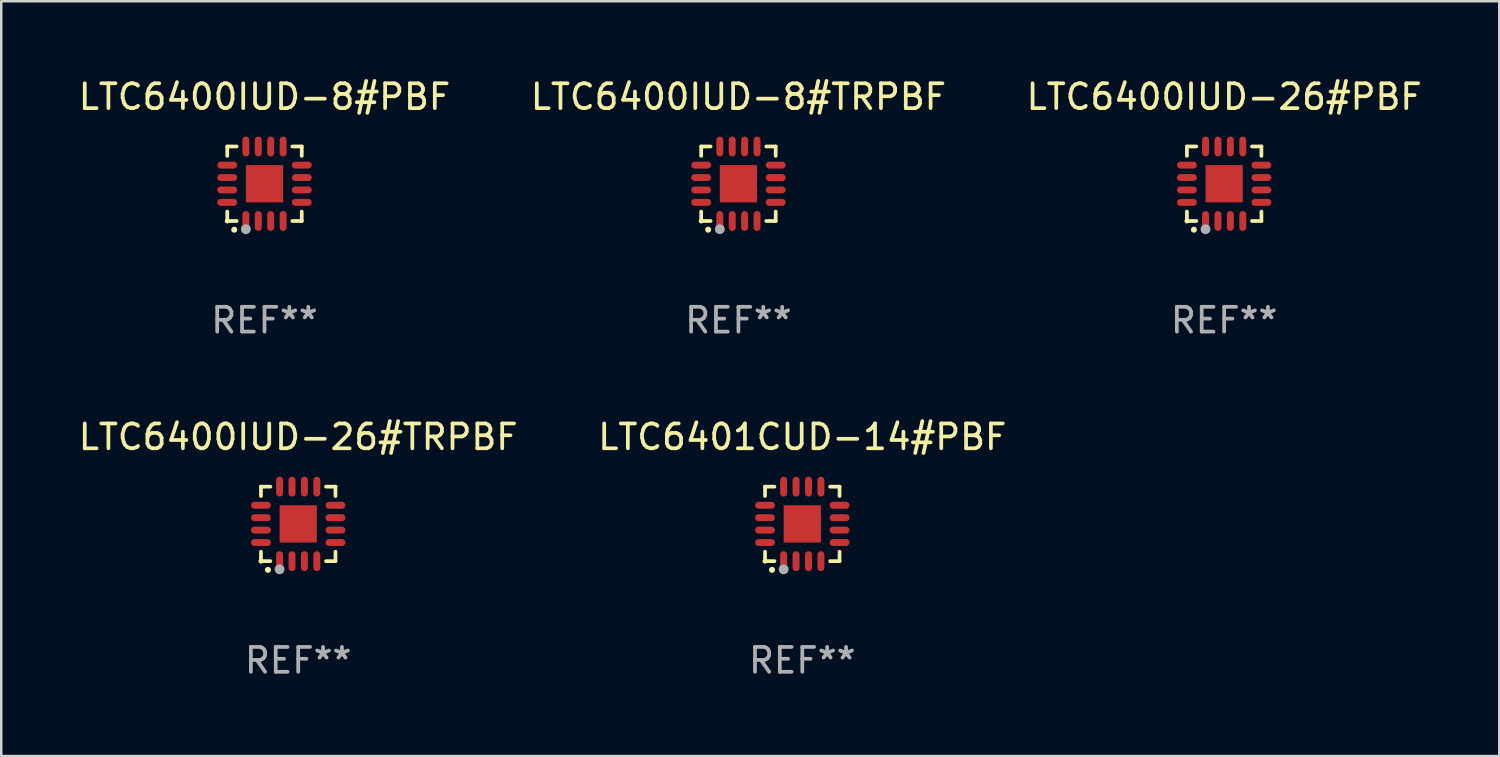
<source format=kicad_pcb>
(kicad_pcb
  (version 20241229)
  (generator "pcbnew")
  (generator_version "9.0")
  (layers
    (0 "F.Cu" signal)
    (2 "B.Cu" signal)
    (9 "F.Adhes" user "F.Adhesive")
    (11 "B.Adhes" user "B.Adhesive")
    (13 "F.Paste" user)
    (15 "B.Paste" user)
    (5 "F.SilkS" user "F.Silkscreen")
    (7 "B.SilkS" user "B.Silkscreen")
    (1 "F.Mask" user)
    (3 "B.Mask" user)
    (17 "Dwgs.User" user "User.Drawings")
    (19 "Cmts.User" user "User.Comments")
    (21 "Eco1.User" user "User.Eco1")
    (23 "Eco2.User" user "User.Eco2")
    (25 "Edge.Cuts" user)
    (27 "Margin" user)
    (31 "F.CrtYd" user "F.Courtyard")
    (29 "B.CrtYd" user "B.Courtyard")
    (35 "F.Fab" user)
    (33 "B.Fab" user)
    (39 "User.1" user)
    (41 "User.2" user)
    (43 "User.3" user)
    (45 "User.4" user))
  (footprint "LTC6400IUD-26#TRPBF"
    (layer "F.Cu")
    (at 8.958 18.046)
    (property "Reference" "LTC6400IUD-26#TRPBF" (at 0 -3.5 0) (layer "F.SilkS") (effects (font (size 1 1) (thickness 0.15))))
    (attr through_hole)
    (fp_line (start -1.5 -1.5) (end -1.121 -1.5) (stroke (width 0.15) (type solid)) (layer "F.SilkS"))
    (fp_line (start -1.5 -1.122) (end -1.5 -1.5) (stroke (width 0.15) (type solid)) (layer "F.SilkS"))
    (fp_line (start -1.5 1.5) (end -1.5 1.121) (stroke (width 0.15) (type solid)) (layer "F.SilkS"))
    (fp_line (start -1.121 1.5) (end -1.5 1.5) (stroke (width 0.15) (type solid)) (layer "F.SilkS"))
    (fp_line (start 1.121 -1.5) (end 1.5 -1.5) (stroke (width 0.15) (type solid)) (layer "F.SilkS"))
    (fp_line (start 1.5 -1.5) (end 1.5 -1.122) (stroke (width 0.15) (type solid)) (layer "F.SilkS"))
    (fp_line (start 1.5 1.121) (end 1.5 1.5) (stroke (width 0.15) (type solid)) (layer "F.SilkS"))
    (fp_line (start 1.5 1.5) (end 1.121 1.5) (stroke (width 0.15) (type solid)) (layer "F.SilkS"))
    (fp_arc (start -1.219926 1.850254) (mid -1.21891 1.85025) (end -1.217894 1.850254) (stroke (width 0.240005) (type solid)) (layer "F.SilkS"))
    (fp_circle (center -1.5 1.5) (end -1.45 1.5) (stroke (width 0.1) (type solid)) (fill no) (layer "F.SilkS"))
    (fp_circle (center -0.75 1.83) (end -0.65 1.83) (stroke (width 0.2) (type solid)) (fill no) (layer "F.Fab"))
    (fp_text user "REF**" (at 0 5.5 0) (layer "F.Fab") (effects (font (size 1 1) (thickness 0.15))))
    (pad "1" smd oval (at -0.75 1.5) (size 0.28 0.8) (layers "F.Cu" "F.Mask" "F.Paste"))
    (pad "2" smd oval (at -0.25 1.5) (size 0.28 0.8) (layers "F.Cu" "F.Mask" "F.Paste"))
    (pad "3" smd oval (at 0.25 1.5) (size 0.28 0.8) (layers "F.Cu" "F.Mask" "F.Paste"))
    (pad "4" smd oval (at 0.75 1.5) (size 0.28 0.8) (layers "F.Cu" "F.Mask" "F.Paste"))
    (pad "5" smd oval (at 1.5 0.75) (size 0.8 0.28) (layers "F.Cu" "F.Mask" "F.Paste"))
    (pad "6" smd oval (at 1.5 0.25) (size 0.8 0.28) (layers "F.Cu" "F.Mask" "F.Paste"))
    (pad "7" smd oval (at 1.5 -0.25) (size 0.8 0.28) (layers "F.Cu" "F.Mask" "F.Paste"))
    (pad "8" smd oval (at 1.5 -0.75) (size 0.8 0.28) (layers "F.Cu" "F.Mask" "F.Paste"))
    (pad "9" smd oval (at 0.75 -1.5) (size 0.28 0.8) (layers "F.Cu" "F.Mask" "F.Paste"))
    (pad "10" smd oval (at 0.25 -1.5) (size 0.28 0.8) (layers "F.Cu" "F.Mask" "F.Paste"))
    (pad "11" smd oval (at -0.25 -1.5) (size 0.28 0.8) (layers "F.Cu" "F.Mask" "F.Paste"))
    (pad "12" smd oval (at -0.75 -1.5) (size 0.28 0.8) (layers "F.Cu" "F.Mask" "F.Paste"))
    (pad "13" smd oval (at -1.5 -0.75) (size 0.8 0.28) (layers "F.Cu" "F.Mask" "F.Paste"))
    (pad "14" smd oval (at -1.5 -0.25) (size 0.8 0.28) (layers "F.Cu" "F.Mask" "F.Paste"))
    (pad "15" smd oval (at -1.5 0.25) (size 0.8 0.28) (layers "F.Cu" "F.Mask" "F.Paste"))
    (pad "16" smd oval (at -1.5 0.75) (size 0.8 0.28) (layers "F.Cu" "F.Mask" "F.Paste"))
    (pad "17" smd rect (at -0.000064 0.000165) (size 1.5 1.5) (layers "F.Cu" "F.Mask" "F.Paste")))
  (footprint "LTC6400IUD-8#TRPBF"
    (layer "F.Cu")
    (at 26.685 4.349)
    (property "Reference" "LTC6400IUD-8#TRPBF" (at 0 -3.5 0) (layer "F.SilkS") (effects (font (size 1 1) (thickness 0.15))))
    (attr through_hole)
    (fp_line (start -1.5 -1.5) (end -1.121 -1.5) (stroke (width 0.15) (type solid)) (layer "F.SilkS"))
    (fp_line (start -1.5 -1.122) (end -1.5 -1.5) (stroke (width 0.15) (type solid)) (layer "F.SilkS"))
    (fp_line (start -1.5 1.5) (end -1.5 1.121) (stroke (width 0.15) (type solid)) (layer "F.SilkS"))
    (fp_line (start -1.121 1.5) (end -1.5 1.5) (stroke (width 0.15) (type solid)) (layer "F.SilkS"))
    (fp_line (start 1.121 -1.5) (end 1.5 -1.5) (stroke (width 0.15) (type solid)) (layer "F.SilkS"))
    (fp_line (start 1.5 -1.5) (end 1.5 -1.122) (stroke (width 0.15) (type solid)) (layer "F.SilkS"))
    (fp_line (start 1.5 1.121) (end 1.5 1.5) (stroke (width 0.15) (type solid)) (layer "F.SilkS"))
    (fp_line (start 1.5 1.5) (end 1.121 1.5) (stroke (width 0.15) (type solid)) (layer "F.SilkS"))
    (fp_arc (start -1.219926 1.850254) (mid -1.21891 1.85025) (end -1.217894 1.850254) (stroke (width 0.240005) (type solid)) (layer "F.SilkS"))
    (fp_circle (center -1.5 1.5) (end -1.45 1.5) (stroke (width 0.1) (type solid)) (fill no) (layer "F.SilkS"))
    (fp_circle (center -0.75 1.83) (end -0.65 1.83) (stroke (width 0.2) (type solid)) (fill no) (layer "F.Fab"))
    (fp_text user "REF**" (at 0 5.5 0) (layer "F.Fab") (effects (font (size 1 1) (thickness 0.15))))
    (pad "1" smd oval (at -0.75 1.5) (size 0.28 0.8) (layers "F.Cu" "F.Mask" "F.Paste"))
    (pad "2" smd oval (at -0.25 1.5) (size 0.28 0.8) (layers "F.Cu" "F.Mask" "F.Paste"))
    (pad "3" smd oval (at 0.25 1.5) (size 0.28 0.8) (layers "F.Cu" "F.Mask" "F.Paste"))
    (pad "4" smd oval (at 0.75 1.5) (size 0.28 0.8) (layers "F.Cu" "F.Mask" "F.Paste"))
    (pad "5" smd oval (at 1.5 0.75) (size 0.8 0.28) (layers "F.Cu" "F.Mask" "F.Paste"))
    (pad "6" smd oval (at 1.5 0.25) (size 0.8 0.28) (layers "F.Cu" "F.Mask" "F.Paste"))
    (pad "7" smd oval (at 1.5 -0.25) (size 0.8 0.28) (layers "F.Cu" "F.Mask" "F.Paste"))
    (pad "8" smd oval (at 1.5 -0.75) (size 0.8 0.28) (layers "F.Cu" "F.Mask" "F.Paste"))
    (pad "9" smd oval (at 0.75 -1.5) (size 0.28 0.8) (layers "F.Cu" "F.Mask" "F.Paste"))
    (pad "10" smd oval (at 0.25 -1.5) (size 0.28 0.8) (layers "F.Cu" "F.Mask" "F.Paste"))
    (pad "11" smd oval (at -0.25 -1.5) (size 0.28 0.8) (layers "F.Cu" "F.Mask" "F.Paste"))
    (pad "12" smd oval (at -0.75 -1.5) (size 0.28 0.8) (layers "F.Cu" "F.Mask" "F.Paste"))
    (pad "13" smd oval (at -1.5 -0.75) (size 0.8 0.28) (layers "F.Cu" "F.Mask" "F.Paste"))
    (pad "14" smd oval (at -1.5 -0.25) (size 0.8 0.28) (layers "F.Cu" "F.Mask" "F.Paste"))
    (pad "15" smd oval (at -1.5 0.25) (size 0.8 0.28) (layers "F.Cu" "F.Mask" "F.Paste"))
    (pad "16" smd oval (at -1.5 0.75) (size 0.8 0.28) (layers "F.Cu" "F.Mask" "F.Paste"))
    (pad "17" smd rect (at -0.000064 0.000165) (size 1.5 1.5) (layers "F.Cu" "F.Mask" "F.Paste")))
  (footprint "LTC6400IUD-8#PBF"
    (layer "F.Cu")
    (at 7.601 4.349)
    (property "Reference" "LTC6400IUD-8#PBF" (at 0 -3.5 0) (layer "F.SilkS") (effects (font (size 1 1) (thickness 0.15))))
    (attr through_hole)
    (fp_line (start -1.5 -1.5) (end -1.121 -1.5) (stroke (width 0.15) (type solid)) (layer "F.SilkS"))
    (fp_line (start -1.5 -1.122) (end -1.5 -1.5) (stroke (width 0.15) (type solid)) (layer "F.SilkS"))
    (fp_line (start -1.5 1.5) (end -1.5 1.121) (stroke (width 0.15) (type solid)) (layer "F.SilkS"))
    (fp_line (start -1.121 1.5) (end -1.5 1.5) (stroke (width 0.15) (type solid)) (layer "F.SilkS"))
    (fp_line (start 1.121 -1.5) (end 1.5 -1.5) (stroke (width 0.15) (type solid)) (layer "F.SilkS"))
    (fp_line (start 1.5 -1.5) (end 1.5 -1.122) (stroke (width 0.15) (type solid)) (layer "F.SilkS"))
    (fp_line (start 1.5 1.121) (end 1.5 1.5) (stroke (width 0.15) (type solid)) (layer "F.SilkS"))
    (fp_line (start 1.5 1.5) (end 1.121 1.5) (stroke (width 0.15) (type solid)) (layer "F.SilkS"))
    (fp_arc (start -1.219926 1.850254) (mid -1.21891 1.85025) (end -1.217894 1.850254) (stroke (width 0.240005) (type solid)) (layer "F.SilkS"))
    (fp_circle (center -1.5 1.5) (end -1.45 1.5) (stroke (width 0.1) (type solid)) (fill no) (layer "F.SilkS"))
    (fp_circle (center -0.75 1.83) (end -0.65 1.83) (stroke (width 0.2) (type solid)) (fill no) (layer "F.Fab"))
    (fp_text user "REF**" (at 0 5.5 0) (layer "F.Fab") (effects (font (size 1 1) (thickness 0.15))))
    (pad "1" smd oval (at -0.75 1.5) (size 0.28 0.8) (layers "F.Cu" "F.Mask" "F.Paste"))
    (pad "2" smd oval (at -0.25 1.5) (size 0.28 0.8) (layers "F.Cu" "F.Mask" "F.Paste"))
    (pad "3" smd oval (at 0.25 1.5) (size 0.28 0.8) (layers "F.Cu" "F.Mask" "F.Paste"))
    (pad "4" smd oval (at 0.75 1.5) (size 0.28 0.8) (layers "F.Cu" "F.Mask" "F.Paste"))
    (pad "5" smd oval (at 1.5 0.75) (size 0.8 0.28) (layers "F.Cu" "F.Mask" "F.Paste"))
    (pad "6" smd oval (at 1.5 0.25) (size 0.8 0.28) (layers "F.Cu" "F.Mask" "F.Paste"))
    (pad "7" smd oval (at 1.5 -0.25) (size 0.8 0.28) (layers "F.Cu" "F.Mask" "F.Paste"))
    (pad "8" smd oval (at 1.5 -0.75) (size 0.8 0.28) (layers "F.Cu" "F.Mask" "F.Paste"))
    (pad "9" smd oval (at 0.75 -1.5) (size 0.28 0.8) (layers "F.Cu" "F.Mask" "F.Paste"))
    (pad "10" smd oval (at 0.25 -1.5) (size 0.28 0.8) (layers "F.Cu" "F.Mask" "F.Paste"))
    (pad "11" smd oval (at -0.25 -1.5) (size 0.28 0.8) (layers "F.Cu" "F.Mask" "F.Paste"))
    (pad "12" smd oval (at -0.75 -1.5) (size 0.28 0.8) (layers "F.Cu" "F.Mask" "F.Paste"))
    (pad "13" smd oval (at -1.5 -0.75) (size 0.8 0.28) (layers "F.Cu" "F.Mask" "F.Paste"))
    (pad "14" smd oval (at -1.5 -0.25) (size 0.8 0.28) (layers "F.Cu" "F.Mask" "F.Paste"))
    (pad "15" smd oval (at -1.5 0.25) (size 0.8 0.28) (layers "F.Cu" "F.Mask" "F.Paste"))
    (pad "16" smd oval (at -1.5 0.75) (size 0.8 0.28) (layers "F.Cu" "F.Mask" "F.Paste"))
    (pad "17" smd rect (at -0.000064 0.000165) (size 1.5 1.5) (layers "F.Cu" "F.Mask" "F.Paste")))
  (footprint "LTC6401CUD-14#PBF"
    (layer "F.Cu")
    (at 29.256 18.046)
    (property "Reference" "LTC6401CUD-14#PBF" (at 0 -3.5 0) (layer "F.SilkS") (effects (font (size 1 1) (thickness 0.15))))
    (attr through_hole)
    (fp_line (start -1.5 -1.5) (end -1.121 -1.5) (stroke (width 0.15) (type solid)) (layer "F.SilkS"))
    (fp_line (start -1.5 -1.122) (end -1.5 -1.5) (stroke (width 0.15) (type solid)) (layer "F.SilkS"))
    (fp_line (start -1.5 1.5) (end -1.5 1.121) (stroke (width 0.15) (type solid)) (layer "F.SilkS"))
    (fp_line (start -1.121 1.5) (end -1.5 1.5) (stroke (width 0.15) (type solid)) (layer "F.SilkS"))
    (fp_line (start 1.121 -1.5) (end 1.5 -1.5) (stroke (width 0.15) (type solid)) (layer "F.SilkS"))
    (fp_line (start 1.5 -1.5) (end 1.5 -1.122) (stroke (width 0.15) (type solid)) (layer "F.SilkS"))
    (fp_line (start 1.5 1.121) (end 1.5 1.5) (stroke (width 0.15) (type solid)) (layer "F.SilkS"))
    (fp_line (start 1.5 1.5) (end 1.121 1.5) (stroke (width 0.15) (type solid)) (layer "F.SilkS"))
    (fp_arc (start -1.219926 1.850254) (mid -1.21891 1.85025) (end -1.217894 1.850254) (stroke (width 0.240005) (type solid)) (layer "F.SilkS"))
    (fp_circle (center -1.5 1.5) (end -1.45 1.5) (stroke (width 0.1) (type solid)) (fill no) (layer "F.SilkS"))
    (fp_circle (center -0.75 1.83) (end -0.65 1.83) (stroke (width 0.2) (type solid)) (fill no) (layer "F.Fab"))
    (fp_text user "REF**" (at 0 5.5 0) (layer "F.Fab") (effects (font (size 1 1) (thickness 0.15))))
    (pad "1" smd oval (at -0.75 1.5) (size 0.28 0.8) (layers "F.Cu" "F.Mask" "F.Paste"))
    (pad "2" smd oval (at -0.25 1.5) (size 0.28 0.8) (layers "F.Cu" "F.Mask" "F.Paste"))
    (pad "3" smd oval (at 0.25 1.5) (size 0.28 0.8) (layers "F.Cu" "F.Mask" "F.Paste"))
    (pad "4" smd oval (at 0.75 1.5) (size 0.28 0.8) (layers "F.Cu" "F.Mask" "F.Paste"))
    (pad "5" smd oval (at 1.5 0.75) (size 0.8 0.28) (layers "F.Cu" "F.Mask" "F.Paste"))
    (pad "6" smd oval (at 1.5 0.25) (size 0.8 0.28) (layers "F.Cu" "F.Mask" "F.Paste"))
    (pad "7" smd oval (at 1.5 -0.25) (size 0.8 0.28) (layers "F.Cu" "F.Mask" "F.Paste"))
    (pad "8" smd oval (at 1.5 -0.75) (size 0.8 0.28) (layers "F.Cu" "F.Mask" "F.Paste"))
    (pad "9" smd oval (at 0.75 -1.5) (size 0.28 0.8) (layers "F.Cu" "F.Mask" "F.Paste"))
    (pad "10" smd oval (at 0.25 -1.5) (size 0.28 0.8) (layers "F.Cu" "F.Mask" "F.Paste"))
    (pad "11" smd oval (at -0.25 -1.5) (size 0.28 0.8) (layers "F.Cu" "F.Mask" "F.Paste"))
    (pad "12" smd oval (at -0.75 -1.5) (size 0.28 0.8) (layers "F.Cu" "F.Mask" "F.Paste"))
    (pad "13" smd oval (at -1.5 -0.75) (size 0.8 0.28) (layers "F.Cu" "F.Mask" "F.Paste"))
    (pad "14" smd oval (at -1.5 -0.25) (size 0.8 0.28) (layers "F.Cu" "F.Mask" "F.Paste"))
    (pad "15" smd oval (at -1.5 0.25) (size 0.8 0.28) (layers "F.Cu" "F.Mask" "F.Paste"))
    (pad "16" smd oval (at -1.5 0.75) (size 0.8 0.28) (layers "F.Cu" "F.Mask" "F.Paste"))
    (pad "17" smd rect (at -0.000064 0.000165) (size 1.5 1.5) (layers "F.Cu" "F.Mask" "F.Paste")))
  (footprint "LTC6400IUD-26#PBF"
    (layer "F.Cu")
    (at 46.244 4.349)
    (property "Reference" "LTC6400IUD-26#PBF" (at 0 -3.5 0) (layer "F.SilkS") (effects (font (size 1 1) (thickness 0.15))))
    (attr through_hole)
    (fp_line (start -1.5 -1.5) (end -1.121 -1.5) (stroke (width 0.15) (type solid)) (layer "F.SilkS"))
    (fp_line (start -1.5 -1.122) (end -1.5 -1.5) (stroke (width 0.15) (type solid)) (layer "F.SilkS"))
    (fp_line (start -1.5 1.5) (end -1.5 1.121) (stroke (width 0.15) (type solid)) (layer "F.SilkS"))
    (fp_line (start -1.121 1.5) (end -1.5 1.5) (stroke (width 0.15) (type solid)) (layer "F.SilkS"))
    (fp_line (start 1.121 -1.5) (end 1.5 -1.5) (stroke (width 0.15) (type solid)) (layer "F.SilkS"))
    (fp_line (start 1.5 -1.5) (end 1.5 -1.122) (stroke (width 0.15) (type solid)) (layer "F.SilkS"))
    (fp_line (start 1.5 1.121) (end 1.5 1.5) (stroke (width 0.15) (type solid)) (layer "F.SilkS"))
    (fp_line (start 1.5 1.5) (end 1.121 1.5) (stroke (width 0.15) (type solid)) (layer "F.SilkS"))
    (fp_arc (start -1.219926 1.850254) (mid -1.21891 1.85025) (end -1.217894 1.850254) (stroke (width 0.240005) (type solid)) (layer "F.SilkS"))
    (fp_circle (center -1.5 1.5) (end -1.45 1.5) (stroke (width 0.1) (type solid)) (fill no) (layer "F.SilkS"))
    (fp_circle (center -0.75 1.83) (end -0.65 1.83) (stroke (width 0.2) (type solid)) (fill no) (layer "F.Fab"))
    (fp_text user "REF**" (at 0 5.5 0) (layer "F.Fab") (effects (font (size 1 1) (thickness 0.15))))
    (pad "1" smd oval (at -0.75 1.5) (size 0.28 0.8) (layers "F.Cu" "F.Mask" "F.Paste"))
    (pad "2" smd oval (at -0.25 1.5) (size 0.28 0.8) (layers "F.Cu" "F.Mask" "F.Paste"))
    (pad "3" smd oval (at 0.25 1.5) (size 0.28 0.8) (layers "F.Cu" "F.Mask" "F.Paste"))
    (pad "4" smd oval (at 0.75 1.5) (size 0.28 0.8) (layers "F.Cu" "F.Mask" "F.Paste"))
    (pad "5" smd oval (at 1.5 0.75) (size 0.8 0.28) (layers "F.Cu" "F.Mask" "F.Paste"))
    (pad "6" smd oval (at 1.5 0.25) (size 0.8 0.28) (layers "F.Cu" "F.Mask" "F.Paste"))
    (pad "7" smd oval (at 1.5 -0.25) (size 0.8 0.28) (layers "F.Cu" "F.Mask" "F.Paste"))
    (pad "8" smd oval (at 1.5 -0.75) (size 0.8 0.28) (layers "F.Cu" "F.Mask" "F.Paste"))
    (pad "9" smd oval (at 0.75 -1.5) (size 0.28 0.8) (layers "F.Cu" "F.Mask" "F.Paste"))
    (pad "10" smd oval (at 0.25 -1.5) (size 0.28 0.8) (layers "F.Cu" "F.Mask" "F.Paste"))
    (pad "11" smd oval (at -0.25 -1.5) (size 0.28 0.8) (layers "F.Cu" "F.Mask" "F.Paste"))
    (pad "12" smd oval (at -0.75 -1.5) (size 0.28 0.8) (layers "F.Cu" "F.Mask" "F.Paste"))
    (pad "13" smd oval (at -1.5 -0.75) (size 0.8 0.28) (layers "F.Cu" "F.Mask" "F.Paste"))
    (pad "14" smd oval (at -1.5 -0.25) (size 0.8 0.28) (layers "F.Cu" "F.Mask" "F.Paste"))
    (pad "15" smd oval (at -1.5 0.25) (size 0.8 0.28) (layers "F.Cu" "F.Mask" "F.Paste"))
    (pad "16" smd oval (at -1.5 0.75) (size 0.8 0.28) (layers "F.Cu" "F.Mask" "F.Paste"))
    (pad "17" smd rect (at -0.000064 0.000165) (size 1.5 1.5) (layers "F.Cu" "F.Mask" "F.Paste")))
  (gr_rect
    (start -3 -3)
    (end 57.321 27.394)
    (stroke (width 0.1) (type default))
    (fill no)
    (layer "Edge.Cuts")))
</source>
